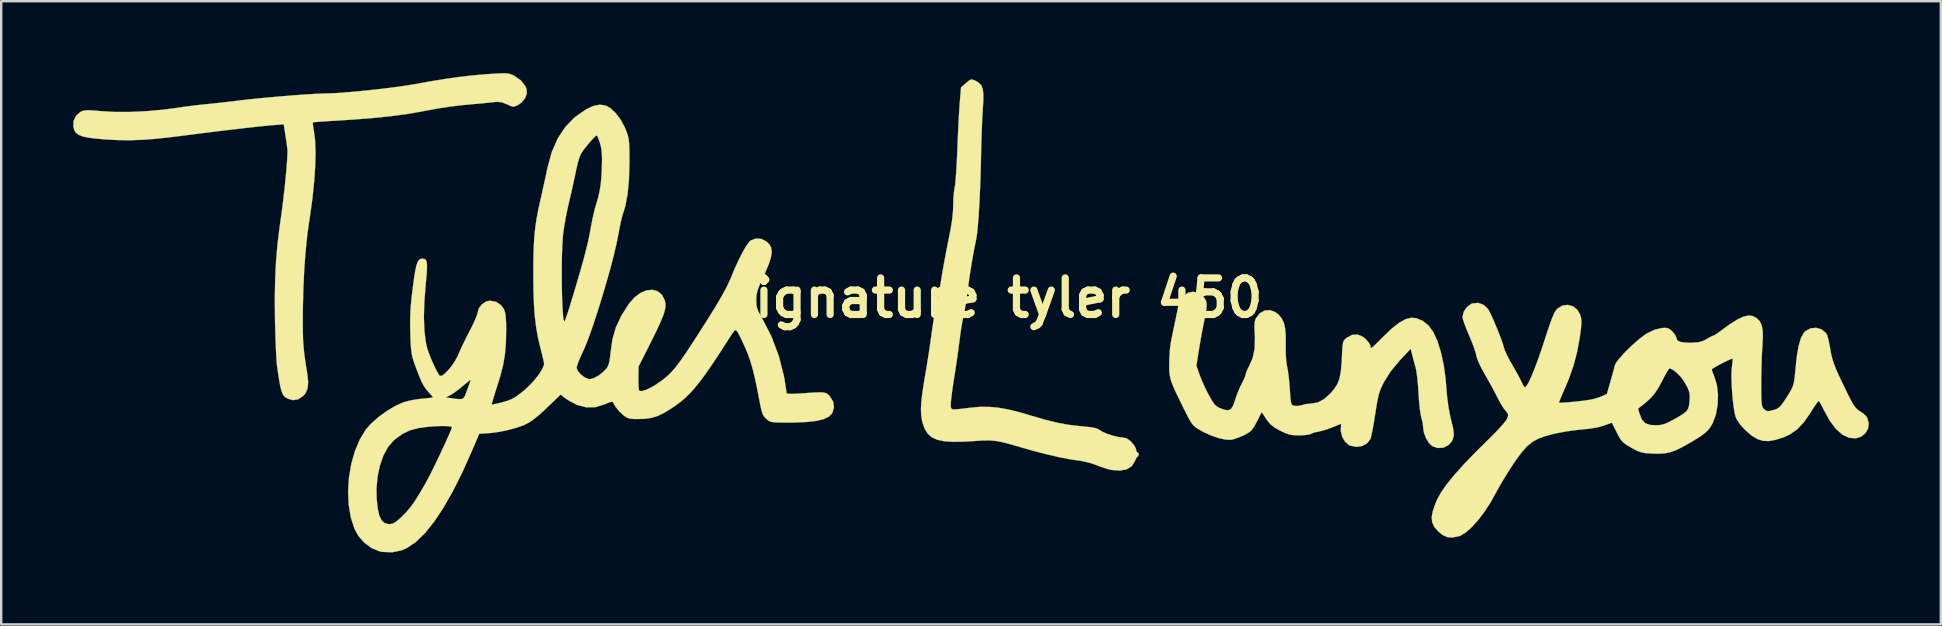
<source format=kicad_pcb>
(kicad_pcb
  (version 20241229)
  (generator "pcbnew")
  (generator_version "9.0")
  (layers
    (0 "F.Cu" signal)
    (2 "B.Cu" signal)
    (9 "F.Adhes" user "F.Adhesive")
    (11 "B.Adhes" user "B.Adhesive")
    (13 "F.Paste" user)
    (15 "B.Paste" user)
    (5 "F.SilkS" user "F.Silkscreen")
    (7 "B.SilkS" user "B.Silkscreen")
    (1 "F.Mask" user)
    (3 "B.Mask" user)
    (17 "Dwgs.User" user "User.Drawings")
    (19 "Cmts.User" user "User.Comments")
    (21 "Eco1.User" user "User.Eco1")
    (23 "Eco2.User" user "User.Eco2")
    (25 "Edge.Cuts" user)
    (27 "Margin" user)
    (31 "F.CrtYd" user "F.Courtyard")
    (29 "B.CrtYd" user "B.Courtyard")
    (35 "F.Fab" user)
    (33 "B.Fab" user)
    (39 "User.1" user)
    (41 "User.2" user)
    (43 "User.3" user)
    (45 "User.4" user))
  (footprint "signature tyler 450"
    (layer "F.Cu")
    (at 38.363 9.365)
    (property "Reference" "signature tyler 450" (at 0 0 0) (layer "F.SilkS") (effects (font (size 1.524 1.524) (thickness 0.3))))
    (attr through_hole)
    (fp_poly (pts (xy -0.854 -9.089) (xy -0.759 -9.046) (xy -0.62 -8.964) (xy -0.523 -8.859) (xy -0.464 -8.712) (xy -0.437 -8.507) (xy -0.438 -8.223) (xy -0.457 -7.902) (xy -0.475 -7.622) (xy -0.492 -7.261) (xy -0.508 -6.848) (xy -0.521 -6.415) (xy -0.531 -5.993) (xy -0.532 -5.955) (xy -0.544 -5.386) (xy -0.562 -4.825) (xy -0.585 -4.287) (xy -0.61 -3.787) (xy -0.639 -3.34) (xy -0.669 -2.96) (xy -0.7 -2.663) (xy -0.732 -2.463) (xy -0.733 -2.455) (xy -0.818 -2.037) (xy -0.907 -1.544) (xy -0.992 -1.016) (xy -1.068 -0.492) (xy -1.099 -0.254) (xy -1.141 0.055) (xy -1.187 0.355) (xy -1.232 0.612) (xy -1.27 0.79) (xy -1.309 0.971) (xy -1.353 1.229) (xy -1.398 1.528) (xy -1.434 1.806) (xy -1.476 2.129) (xy -1.53 2.518) (xy -1.591 2.931) (xy -1.651 3.323) (xy -1.666 3.411) (xy -1.715 3.73) (xy -1.755 4.022) (xy -1.782 4.263) (xy -1.795 4.431) (xy -1.795 4.484) (xy -1.787 4.559) (xy -1.769 4.609) (xy -1.724 4.637) (xy -1.633 4.645) (xy -1.478 4.634) (xy -1.243 4.607) (xy -0.994 4.576) (xy -0.592 4.54) (xy -0.205 4.538) (xy 0.189 4.574) (xy 0.614 4.65) (xy 1.096 4.77) (xy 1.583 4.914) (xy 2.156 5.081) (xy 2.663 5.204) (xy 3.141 5.291) (xy 3.623 5.347) (xy 3.738 5.356) (xy 4.044 5.388) (xy 4.252 5.428) (xy 4.374 5.479) (xy 4.391 5.493) (xy 4.527 5.578) (xy 4.734 5.666) (xy 4.971 5.744) (xy 5.197 5.798) (xy 5.348 5.814) (xy 5.513 5.843) (xy 5.668 5.943) (xy 5.735 6.006) (xy 5.849 6.144) (xy 5.918 6.272) (xy 5.927 6.316) (xy 5.949 6.411) (xy 5.983 6.435) (xy 6.033 6.48) (xy 6.04 6.519) (xy 6.015 6.595) (xy 5.994 6.604) (xy 5.948 6.652) (xy 5.89 6.77) (xy 5.877 6.803) (xy 5.747 7.013) (xy 5.537 7.143) (xy 5.251 7.194) (xy 4.906 7.168) (xy 4.714 7.121) (xy 4.477 7.044) (xy 4.285 6.97) (xy 4.014 6.876) (xy 3.71 6.803) (xy 3.528 6.775) (xy 3.176 6.725) (xy 2.738 6.639) (xy 2.233 6.523) (xy 1.682 6.381) (xy 1.104 6.217) (xy 1.016 6.191) (xy 0.634 6.081) (xy 0.328 6.004) (xy 0.069 5.958) (xy -0.173 5.938) (xy -0.427 5.939) (xy -0.689 5.955) (xy -1.246 5.99) (xy -1.704 5.997) (xy -2.073 5.97) (xy -2.364 5.908) (xy -2.588 5.804) (xy -2.756 5.656) (xy -2.879 5.458) (xy -2.967 5.208) (xy -2.997 5.082) (xy -3.027 4.879) (xy -3.037 4.646) (xy -3.023 4.365) (xy -2.986 4.021) (xy -2.924 3.597) (xy -2.85 3.161) (xy -2.784 2.772) (xy -2.714 2.327) (xy -2.648 1.885) (xy -2.598 1.523) (xy -2.555 1.217) (xy -2.511 0.939) (xy -2.471 0.715) (xy -2.438 0.569) (xy -2.429 0.541) (xy -2.4 0.432) (xy -2.359 0.234) (xy -2.311 -0.03) (xy -2.26 -0.338) (xy -2.227 -0.549) (xy -2.161 -0.958) (xy -2.079 -1.426) (xy -1.991 -1.9) (xy -1.907 -2.327) (xy -1.89 -2.409) (xy -1.795 -2.89) (xy -1.733 -3.287) (xy -1.7 -3.624) (xy -1.692 -3.857) (xy -1.685 -4.119) (xy -1.666 -4.366) (xy -1.641 -4.556) (xy -1.631 -4.6) (xy -1.611 -4.721) (xy -1.59 -4.935) (xy -1.569 -5.223) (xy -1.548 -5.567) (xy -1.53 -5.945) (xy -1.521 -6.152) (xy -1.504 -6.576) (xy -1.485 -7.006) (xy -1.464 -7.415) (xy -1.443 -7.775) (xy -1.424 -8.058) (xy -1.419 -8.128) (xy -1.366 -8.777) (xy -1.157 -8.957) (xy -1.029 -9.063) (xy -0.942 -9.104) (xy -0.854 -9.089)) (stroke (width 0.01) (type solid)) (fill yes) (layer "F.SilkS"))
    (fp_poly (pts (xy -20.312 -9.358) (xy -20.176 -9.337) (xy -20.058 -9.294) (xy -20.003 -9.267) (xy -19.712 -9.069) (xy -19.519 -8.822) (xy -19.476 -8.728) (xy -19.457 -8.531) (xy -19.53 -8.327) (xy -19.678 -8.145) (xy -19.817 -8.048) (xy -19.939 -7.987) (xy -20.03 -7.969) (xy -20.133 -7.998) (xy -20.284 -8.068) (xy -20.494 -8.151) (xy -20.687 -8.172) (xy -20.815 -8.162) (xy -20.985 -8.143) (xy -21.23 -8.118) (xy -21.512 -8.092) (xy -21.703 -8.075) (xy -22.212 -8.027) (xy -22.672 -7.971) (xy -23.129 -7.901) (xy -23.63 -7.81) (xy -23.876 -7.762) (xy -24.461 -7.661) (xy -25.151 -7.571) (xy -25.936 -7.491) (xy -26.809 -7.424) (xy -27.344 -7.391) (xy -27.67 -7.372) (xy -27.954 -7.354) (xy -28.179 -7.337) (xy -28.327 -7.323) (xy -28.378 -7.314) (xy -28.379 -7.252) (xy -28.361 -7.111) (xy -28.33 -6.934) (xy -28.281 -6.546) (xy -28.264 -6.062) (xy -28.278 -5.493) (xy -28.321 -4.852) (xy -28.394 -4.151) (xy -28.496 -3.402) (xy -28.538 -3.133) (xy -28.619 -2.541) (xy -28.686 -1.859) (xy -28.739 -1.109) (xy -28.775 -0.312) (xy -28.793 0.509) (xy -28.793 0.536) (xy -28.796 1.01) (xy -28.794 1.397) (xy -28.784 1.727) (xy -28.765 2.026) (xy -28.735 2.321) (xy -28.692 2.64) (xy -28.634 3.01) (xy -28.608 3.168) (xy -28.572 3.509) (xy -28.596 3.772) (xy -28.684 3.974) (xy -28.773 4.078) (xy -28.985 4.224) (xy -29.203 4.259) (xy -29.389 4.209) (xy -29.488 4.16) (xy -29.566 4.1) (xy -29.628 4.016) (xy -29.68 3.89) (xy -29.727 3.708) (xy -29.775 3.454) (xy -29.828 3.114) (xy -29.867 2.85) (xy -29.884 2.686) (xy -29.901 2.429) (xy -29.917 2.099) (xy -29.932 1.716) (xy -29.945 1.3) (xy -29.954 0.931) (xy -29.962 0.034) (xy -29.947 -0.778) (xy -29.91 -1.53) (xy -29.849 -2.248) (xy -29.761 -2.958) (xy -29.743 -3.086) (xy -29.68 -3.532) (xy -29.621 -3.994) (xy -29.567 -4.455) (xy -29.52 -4.897) (xy -29.482 -5.304) (xy -29.453 -5.659) (xy -29.437 -5.945) (xy -29.433 -6.145) (xy -29.437 -6.209) (xy -29.464 -6.403) (xy -29.499 -6.649) (xy -29.529 -6.849) (xy -29.589 -7.236) (xy -30.049 -7.2) (xy -30.282 -7.179) (xy -30.608 -7.145) (xy -31.009 -7.102) (xy -31.466 -7.049) (xy -31.96 -6.991) (xy -32.473 -6.929) (xy -32.986 -6.865) (xy -33.48 -6.802) (xy -33.726 -6.77) (xy -34.395 -6.687) (xy -34.977 -6.627) (xy -35.495 -6.589) (xy -35.972 -6.572) (xy -36.43 -6.575) (xy -36.893 -6.597) (xy -36.995 -6.604) (xy -37.416 -6.639) (xy -37.739 -6.68) (xy -37.977 -6.732) (xy -38.145 -6.8) (xy -38.255 -6.891) (xy -38.323 -7.01) (xy -38.358 -7.141) (xy -38.348 -7.371) (xy -38.246 -7.585) (xy -38.071 -7.746) (xy -38.044 -7.761) (xy -37.956 -7.798) (xy -37.851 -7.817) (xy -37.705 -7.821) (xy -37.494 -7.809) (xy -37.212 -7.784) (xy -36.636 -7.75) (xy -35.988 -7.75) (xy -35.303 -7.782) (xy -34.618 -7.844) (xy -34.147 -7.906) (xy -33.805 -7.956) (xy -33.443 -8.003) (xy -33.106 -8.044) (xy -32.851 -8.07) (xy -32.601 -8.095) (xy -32.274 -8.13) (xy -31.907 -8.171) (xy -31.535 -8.215) (xy -31.383 -8.234) (xy -31.017 -8.276) (xy -30.591 -8.32) (xy -30.128 -8.363) (xy -29.649 -8.405) (xy -29.175 -8.443) (xy -28.728 -8.475) (xy -28.327 -8.5) (xy -27.996 -8.517) (xy -27.754 -8.523) (xy -27.744 -8.523) (xy -27.492 -8.531) (xy -27.152 -8.553) (xy -26.745 -8.586) (xy -26.296 -8.629) (xy -25.827 -8.678) (xy -25.361 -8.731) (xy -24.921 -8.787) (xy -24.53 -8.842) (xy -24.211 -8.894) (xy -24.186 -8.899) (xy -23.48 -9.025) (xy -22.857 -9.127) (xy -22.292 -9.207) (xy -21.76 -9.269) (xy -21.233 -9.316) (xy -20.765 -9.348) (xy -20.498 -9.36) (xy -20.312 -9.358)) (stroke (width 0.01) (type solid)) (fill yes) (layer "F.SilkS"))
    (fp_poly (pts (xy 8.535 -0.204) (xy 8.667 -0.112) (xy 8.771 -0.004) (xy 8.837 0.103) (xy 8.867 0.233) (xy 8.863 0.406) (xy 8.827 0.647) (xy 8.77 0.936) (xy 8.702 1.28) (xy 8.631 1.662) (xy 8.568 2.026) (xy 8.536 2.219) (xy 8.442 2.829) (xy 8.575 3.207) (xy 8.667 3.44) (xy 8.792 3.718) (xy 8.927 3.99) (xy 8.956 4.044) (xy 9.084 4.272) (xy 9.185 4.421) (xy 9.279 4.515) (xy 9.388 4.578) (xy 9.429 4.595) (xy 9.634 4.666) (xy 9.781 4.679) (xy 9.889 4.623) (xy 9.975 4.483) (xy 10.059 4.249) (xy 10.085 4.161) (xy 10.164 3.94) (xy 10.27 3.694) (xy 10.335 3.565) (xy 10.422 3.388) (xy 10.482 3.242) (xy 10.499 3.172) (xy 10.526 3.074) (xy 10.594 2.926) (xy 10.632 2.855) (xy 10.787 2.504) (xy 10.869 2.103) (xy 10.881 1.633) (xy 10.874 1.511) (xy 10.86 1.237) (xy 10.866 1.046) (xy 10.894 0.911) (xy 10.922 0.847) (xy 11.083 0.638) (xy 11.288 0.524) (xy 11.516 0.509) (xy 11.743 0.596) (xy 11.871 0.699) (xy 11.998 0.855) (xy 12.086 1.039) (xy 12.14 1.274) (xy 12.164 1.578) (xy 12.163 1.973) (xy 12.163 1.976) (xy 12.164 2.299) (xy 12.181 2.591) (xy 12.212 2.816) (xy 12.22 2.852) (xy 12.253 3.026) (xy 12.287 3.276) (xy 12.316 3.566) (xy 12.334 3.798) (xy 12.352 4.08) (xy 12.37 4.269) (xy 12.391 4.386) (xy 12.422 4.45) (xy 12.468 4.481) (xy 12.518 4.496) (xy 12.673 4.502) (xy 12.84 4.467) (xy 13.025 4.422) (xy 13.225 4.403) (xy 13.229 4.403) (xy 13.503 4.356) (xy 13.77 4.211) (xy 14.02 3.986) (xy 14.191 3.785) (xy 14.316 3.586) (xy 14.402 3.363) (xy 14.457 3.092) (xy 14.491 2.746) (xy 14.503 2.52) (xy 14.517 2.223) (xy 14.531 2.016) (xy 14.55 1.88) (xy 14.579 1.791) (xy 14.624 1.729) (xy 14.689 1.672) (xy 14.704 1.66) (xy 14.932 1.538) (xy 15.166 1.527) (xy 15.393 1.626) (xy 15.5 1.716) (xy 15.613 1.847) (xy 15.682 1.961) (xy 15.692 1.998) (xy 15.711 2.077) (xy 15.729 2.088) (xy 15.781 2.05) (xy 15.894 1.947) (xy 16.053 1.793) (xy 16.241 1.604) (xy 16.251 1.594) (xy 16.597 1.264) (xy 16.897 1.03) (xy 17.161 0.885) (xy 17.397 0.826) (xy 17.602 0.844) (xy 17.88 0.959) (xy 18.114 1.149) (xy 18.313 1.422) (xy 18.482 1.787) (xy 18.629 2.256) (xy 18.631 2.264) (xy 18.753 2.825) (xy 18.831 3.421) (xy 18.851 3.672) (xy 18.892 4.153) (xy 18.95 4.579) (xy 19.034 5.005) (xy 19.141 5.437) (xy 19.172 5.719) (xy 19.102 5.953) (xy 18.957 6.123) (xy 18.736 6.241) (xy 18.491 6.253) (xy 18.279 6.18) (xy 18.141 6.055) (xy 18.017 5.858) (xy 17.928 5.629) (xy 17.893 5.41) (xy 17.893 5.408) (xy 17.873 5.216) (xy 17.824 5.012) (xy 17.816 4.988) (xy 17.784 4.851) (xy 17.753 4.629) (xy 17.724 4.351) (xy 17.702 4.045) (xy 17.699 3.979) (xy 17.678 3.664) (xy 17.65 3.363) (xy 17.617 3.107) (xy 17.584 2.928) (xy 17.578 2.907) (xy 17.515 2.679) (xy 17.453 2.443) (xy 17.435 2.371) (xy 17.372 2.117) (xy 16.923 2.596) (xy 16.536 3.059) (xy 16.257 3.505) (xy 16.248 3.521) (xy 16.158 3.707) (xy 16.088 3.877) (xy 16.033 4.057) (xy 15.985 4.274) (xy 15.936 4.555) (xy 15.891 4.847) (xy 15.841 5.163) (xy 15.79 5.45) (xy 15.742 5.685) (xy 15.703 5.844) (xy 15.687 5.889) (xy 15.548 6.064) (xy 15.344 6.173) (xy 15.104 6.206) (xy 14.857 6.156) (xy 14.793 6.127) (xy 14.634 5.989) (xy 14.516 5.783) (xy 14.46 5.552) (xy 14.461 5.441) (xy 14.471 5.313) (xy 14.467 5.251) (xy 14.465 5.249) (xy 14.407 5.269) (xy 14.276 5.322) (xy 14.115 5.389) (xy 13.891 5.472) (xy 13.666 5.539) (xy 13.538 5.566) (xy 13.369 5.602) (xy 13.242 5.648) (xy 13.218 5.663) (xy 13.127 5.693) (xy 12.958 5.715) (xy 12.747 5.726) (xy 12.733 5.726) (xy 12.5 5.721) (xy 12.319 5.693) (xy 12.139 5.63) (xy 11.933 5.532) (xy 11.697 5.399) (xy 11.529 5.267) (xy 11.393 5.104) (xy 11.353 5.046) (xy 11.164 4.757) (xy 10.958 5.157) (xy 10.845 5.366) (xy 10.747 5.504) (xy 10.636 5.602) (xy 10.48 5.691) (xy 10.424 5.719) (xy 10.212 5.812) (xy 10.004 5.883) (xy 9.88 5.911) (xy 9.662 5.904) (xy 9.382 5.843) (xy 9.071 5.738) (xy 8.757 5.598) (xy 8.576 5.499) (xy 8.447 5.418) (xy 8.347 5.339) (xy 8.261 5.243) (xy 8.173 5.107) (xy 8.068 4.913) (xy 7.931 4.638) (xy 7.92 4.617) (xy 7.73 4.231) (xy 7.584 3.928) (xy 7.477 3.691) (xy 7.402 3.501) (xy 7.354 3.34) (xy 7.326 3.192) (xy 7.313 3.037) (xy 7.31 2.857) (xy 7.31 2.742) (xy 7.318 2.447) (xy 7.339 2.147) (xy 7.37 1.889) (xy 7.385 1.806) (xy 7.432 1.578) (xy 7.492 1.29) (xy 7.553 0.995) (xy 7.572 0.903) (xy 7.624 0.656) (xy 7.669 0.44) (xy 7.7 0.285) (xy 7.71 0.239) (xy 7.763 0.117) (xy 7.864 -0.03) (xy 7.898 -0.07) (xy 8.093 -0.215) (xy 8.315 -0.26) (xy 8.535 -0.204)) (stroke (width 0.01) (type solid)) (fill yes) (layer "F.SilkS"))
    (fp_poly (pts (xy 20.402 0.283) (xy 20.582 0.446) (xy 20.614 0.496) (xy 20.697 0.654) (xy 20.801 0.88) (xy 20.915 1.145) (xy 21.028 1.421) (xy 21.129 1.681) (xy 21.205 1.895) (xy 21.245 2.037) (xy 21.245 2.041) (xy 21.29 2.176) (xy 21.38 2.375) (xy 21.5 2.609) (xy 21.594 2.774) (xy 21.734 3.016) (xy 21.861 3.245) (xy 21.957 3.43) (xy 21.997 3.514) (xy 22.064 3.646) (xy 22.121 3.72) (xy 22.134 3.725) (xy 22.196 3.673) (xy 22.285 3.523) (xy 22.396 3.285) (xy 22.525 2.97) (xy 22.668 2.59) (xy 22.821 2.154) (xy 22.943 1.781) (xy 23.075 1.377) (xy 23.181 1.066) (xy 23.267 0.834) (xy 23.339 0.667) (xy 23.403 0.55) (xy 23.465 0.468) (xy 23.492 0.441) (xy 23.697 0.316) (xy 23.92 0.289) (xy 24.134 0.35) (xy 24.316 0.492) (xy 24.439 0.708) (xy 24.447 0.734) (xy 24.476 0.858) (xy 24.486 0.998) (xy 24.477 1.18) (xy 24.447 1.431) (xy 24.42 1.626) (xy 24.309 2.239) (xy 24.162 2.804) (xy 23.962 3.371) (xy 23.79 3.778) (xy 23.689 4.011) (xy 23.609 4.201) (xy 23.56 4.329) (xy 23.549 4.373) (xy 23.608 4.372) (xy 23.758 4.363) (xy 23.976 4.345) (xy 24.241 4.321) (xy 24.271 4.318) (xy 24.7 4.267) (xy 25.027 4.204) (xy 25.261 4.127) (xy 25.546 4.004) (xy 25.696 3.483) (xy 25.765 3.237) (xy 25.826 3.016) (xy 25.868 2.852) (xy 25.879 2.805) (xy 25.938 2.689) (xy 26.067 2.521) (xy 26.248 2.319) (xy 26.464 2.101) (xy 26.695 1.886) (xy 26.923 1.691) (xy 27.131 1.534) (xy 27.226 1.473) (xy 27.543 1.322) (xy 27.827 1.255) (xy 28.005 1.246) (xy 28.122 1.274) (xy 28.231 1.355) (xy 28.276 1.4) (xy 28.384 1.532) (xy 28.444 1.653) (xy 28.448 1.683) (xy 28.488 1.775) (xy 28.613 1.834) (xy 28.833 1.864) (xy 29.116 1.867) (xy 29.37 1.846) (xy 29.563 1.789) (xy 29.693 1.72) (xy 29.836 1.636) (xy 29.942 1.586) (xy 29.967 1.58) (xy 30.037 1.548) (xy 30.165 1.465) (xy 30.292 1.373) (xy 30.666 1.1) (xy 30.974 0.905) (xy 31.227 0.785) (xy 31.437 0.735) (xy 31.615 0.752) (xy 31.773 0.831) (xy 31.795 0.848) (xy 31.916 0.972) (xy 31.996 1.132) (xy 32.038 1.348) (xy 32.047 1.637) (xy 32.027 2) (xy 32.01 2.285) (xy 31.995 2.643) (xy 31.984 3.037) (xy 31.978 3.427) (xy 31.978 3.569) (xy 31.979 3.919) (xy 31.983 4.174) (xy 31.992 4.352) (xy 32.008 4.471) (xy 32.033 4.549) (xy 32.069 4.604) (xy 32.094 4.63) (xy 32.174 4.698) (xy 32.258 4.719) (xy 32.388 4.698) (xy 32.474 4.676) (xy 32.607 4.633) (xy 32.71 4.574) (xy 32.807 4.478) (xy 32.921 4.32) (xy 33.013 4.179) (xy 33.146 3.973) (xy 33.238 3.813) (xy 33.301 3.671) (xy 33.342 3.518) (xy 33.371 3.325) (xy 33.397 3.063) (xy 33.411 2.902) (xy 33.467 2.397) (xy 33.538 1.997) (xy 33.626 1.694) (xy 33.733 1.482) (xy 33.822 1.382) (xy 34.033 1.268) (xy 34.264 1.244) (xy 34.484 1.306) (xy 34.662 1.447) (xy 34.716 1.529) (xy 34.752 1.634) (xy 34.796 1.818) (xy 34.841 2.047) (xy 34.856 2.138) (xy 34.893 2.341) (xy 34.94 2.534) (xy 35.004 2.734) (xy 35.092 2.96) (xy 35.211 3.23) (xy 35.368 3.563) (xy 35.57 3.976) (xy 35.585 4.008) (xy 35.723 4.277) (xy 35.831 4.464) (xy 35.926 4.59) (xy 36.022 4.676) (xy 36.096 4.723) (xy 36.249 4.83) (xy 36.366 4.946) (xy 36.386 4.977) (xy 36.458 5.208) (xy 36.432 5.437) (xy 36.321 5.636) (xy 36.139 5.783) (xy 35.927 5.849) (xy 35.643 5.829) (xy 35.364 5.698) (xy 35.094 5.46) (xy 34.835 5.117) (xy 34.59 4.672) (xy 34.59 4.672) (xy 34.498 4.488) (xy 34.421 4.353) (xy 34.375 4.291) (xy 34.371 4.29) (xy 34.327 4.335) (xy 34.24 4.456) (xy 34.124 4.633) (xy 34.041 4.767) (xy 33.766 5.166) (xy 33.486 5.466) (xy 33.185 5.682) (xy 32.917 5.806) (xy 32.565 5.917) (xy 32.281 5.965) (xy 32.041 5.952) (xy 31.829 5.884) (xy 31.585 5.738) (xy 31.335 5.528) (xy 31.113 5.289) (xy 30.954 5.054) (xy 30.929 5.004) (xy 30.881 4.841) (xy 30.837 4.592) (xy 30.798 4.285) (xy 30.767 3.946) (xy 30.747 3.603) (xy 30.738 3.282) (xy 30.744 3.012) (xy 30.76 2.85) (xy 30.782 2.681) (xy 30.788 2.561) (xy 30.783 2.529) (xy 30.73 2.541) (xy 30.607 2.594) (xy 30.442 2.675) (xy 30.261 2.768) (xy 30.094 2.86) (xy 29.967 2.936) (xy 29.92 2.971) (xy 29.928 3.029) (xy 29.973 3.157) (xy 30.016 3.26) (xy 30.129 3.619) (xy 30.177 4.026) (xy 30.163 4.448) (xy 30.09 4.854) (xy 29.959 5.213) (xy 29.847 5.403) (xy 29.738 5.533) (xy 29.594 5.661) (xy 29.395 5.802) (xy 29.122 5.969) (xy 28.992 6.045) (xy 28.665 6.227) (xy 28.401 6.354) (xy 28.171 6.435) (xy 27.943 6.478) (xy 27.688 6.491) (xy 27.39 6.483) (xy 27.147 6.466) (xy 26.963 6.43) (xy 26.788 6.362) (xy 26.573 6.247) (xy 26.556 6.237) (xy 26.35 6.113) (xy 26.212 6.005) (xy 26.108 5.878) (xy 26.005 5.697) (xy 25.964 5.616) (xy 25.871 5.428) (xy 25.799 5.284) (xy 25.762 5.21) (xy 25.76 5.205) (xy 25.709 5.215) (xy 25.583 5.259) (xy 25.45 5.31) (xy 25.16 5.394) (xy 24.771 5.455) (xy 24.525 5.479) (xy 24.184 5.515) (xy 23.801 5.572) (xy 23.441 5.64) (xy 23.312 5.669) (xy 22.96 5.764) (xy 22.675 5.871) (xy 22.435 6.004) (xy 22.22 6.181) (xy 22.007 6.418) (xy 21.776 6.73) (xy 21.63 6.945) (xy 21.439 7.24) (xy 21.249 7.546) (xy 21.08 7.832) (xy 20.951 8.065) (xy 20.933 8.1) (xy 20.7 8.52) (xy 20.445 8.911) (xy 20.18 9.26) (xy 19.918 9.551) (xy 19.67 9.771) (xy 19.449 9.906) (xy 19.383 9.929) (xy 19.119 9.982) (xy 18.911 9.971) (xy 18.722 9.89) (xy 18.679 9.862) (xy 18.516 9.725) (xy 18.37 9.559) (xy 18.355 9.538) (xy 18.268 9.355) (xy 18.246 9.142) (xy 18.292 8.884) (xy 18.405 8.562) (xy 18.481 8.388) (xy 18.643 8.094) (xy 18.884 7.751) (xy 19.208 7.354) (xy 19.617 6.901) (xy 20.113 6.389) (xy 20.564 5.945) (xy 20.813 5.698) (xy 21.035 5.466) (xy 21.215 5.267) (xy 21.339 5.114) (xy 21.389 5.035) (xy 21.432 4.904) (xy 21.417 4.813) (xy 21.33 4.705) (xy 21.322 4.696) (xy 21.259 4.614) (xy 26.845 4.614) (xy 26.915 4.847) (xy 27.011 5.078) (xy 27.145 5.22) (xy 27.342 5.29) (xy 27.563 5.306) (xy 27.754 5.297) (xy 27.918 5.263) (xy 28.097 5.19) (xy 28.31 5.078) (xy 28.573 4.93) (xy 28.754 4.815) (xy 28.869 4.714) (xy 28.935 4.608) (xy 28.97 4.478) (xy 28.99 4.318) (xy 29.002 4.112) (xy 28.986 3.945) (xy 28.93 3.781) (xy 28.825 3.583) (xy 28.74 3.443) (xy 28.615 3.277) (xy 28.461 3.121) (xy 28.307 3) (xy 28.182 2.938) (xy 28.158 2.935) (xy 28.114 2.982) (xy 28.034 3.11) (xy 27.932 3.295) (xy 27.861 3.432) (xy 27.692 3.747) (xy 27.531 3.989) (xy 27.352 4.193) (xy 27.127 4.391) (xy 27.068 4.438) (xy 26.845 4.614) (xy 21.259 4.614) (xy 21.226 4.569) (xy 21.109 4.379) (xy 20.995 4.164) (xy 20.987 4.149) (xy 20.875 3.928) (xy 20.727 3.653) (xy 20.566 3.364) (xy 20.466 3.192) (xy 20.313 2.914) (xy 20.194 2.664) (xy 20.122 2.47) (xy 20.106 2.402) (xy 20.071 2.258) (xy 19.999 2.043) (xy 19.901 1.787) (xy 19.803 1.555) (xy 19.695 1.299) (xy 19.608 1.069) (xy 19.549 0.89) (xy 19.53 0.793) (xy 19.581 0.578) (xy 19.714 0.382) (xy 19.899 0.247) (xy 19.947 0.228) (xy 20.18 0.206) (xy 20.402 0.283)) (stroke (width 0.01) (type solid)) (fill yes) (layer "F.SilkS"))
    (fp_poly (pts (xy -16.173 -8.016) (xy -15.967 -7.9) (xy -15.753 -7.697) (xy -15.553 -7.431) (xy -15.386 -7.126) (xy -15.339 -7.015) (xy -15.282 -6.865) (xy -15.241 -6.733) (xy -15.214 -6.597) (xy -15.197 -6.435) (xy -15.188 -6.223) (xy -15.185 -5.939) (xy -15.184 -5.637) (xy -15.204 -4.931) (xy -15.261 -4.327) (xy -15.357 -3.82) (xy -15.466 -3.471) (xy -15.5 -3.353) (xy -15.547 -3.151) (xy -15.601 -2.89) (xy -15.656 -2.597) (xy -15.666 -2.54) (xy -15.737 -2.196) (xy -15.836 -1.778) (xy -15.959 -1.305) (xy -16.101 -0.795) (xy -16.255 -0.267) (xy -16.415 0.26) (xy -16.577 0.767) (xy -16.733 1.236) (xy -16.88 1.648) (xy -17.011 1.985) (xy -17.102 2.192) (xy -17.216 2.437) (xy -17.307 2.656) (xy -17.367 2.824) (xy -17.385 2.906) (xy -17.338 3.039) (xy -17.218 3.181) (xy -17.061 3.303) (xy -16.9 3.376) (xy -16.833 3.385) (xy -16.67 3.343) (xy -16.474 3.236) (xy -16.28 3.088) (xy -16.125 2.923) (xy -16.125 2.923) (xy -16.057 2.794) (xy -16.009 2.604) (xy -15.975 2.33) (xy -15.97 2.274) (xy -15.894 1.732) (xy -15.753 1.239) (xy -15.533 0.762) (xy -15.224 0.271) (xy -15.206 0.245) (xy -14.975 -0.021) (xy -14.725 -0.208) (xy -14.471 -0.315) (xy -14.228 -0.339) (xy -14.01 -0.28) (xy -13.833 -0.135) (xy -13.714 0.09) (xy -13.685 0.217) (xy -13.682 0.357) (xy -13.711 0.524) (xy -13.777 0.731) (xy -13.883 0.991) (xy -14.034 1.319) (xy -14.235 1.728) (xy -14.29 1.84) (xy -14.804 2.861) (xy -14.81 3.345) (xy -14.809 3.568) (xy -14.801 3.747) (xy -14.786 3.851) (xy -14.78 3.865) (xy -14.687 3.884) (xy -14.525 3.842) (xy -14.314 3.747) (xy -14.074 3.607) (xy -13.844 3.447) (xy -13.698 3.334) (xy -13.564 3.218) (xy -13.434 3.088) (xy -13.299 2.936) (xy -13.152 2.749) (xy -12.985 2.519) (xy -12.79 2.233) (xy -12.559 1.882) (xy -12.284 1.456) (xy -11.974 0.97) (xy -11.621 0.404) (xy -11.339 -0.074) (xy -11.127 -0.466) (xy -10.984 -0.772) (xy -10.969 -0.808) (xy -10.807 -1.199) (xy -10.642 -1.561) (xy -10.482 -1.878) (xy -10.337 -2.134) (xy -10.213 -2.313) (xy -10.134 -2.392) (xy -9.912 -2.476) (xy -9.68 -2.458) (xy -9.463 -2.344) (xy -9.357 -2.237) (xy -9.278 -2.094) (xy -9.254 -1.916) (xy -9.287 -1.689) (xy -9.38 -1.401) (xy -9.534 -1.037) (xy -9.577 -0.943) (xy -9.713 -0.648) (xy -9.805 -0.426) (xy -9.861 -0.254) (xy -9.89 -0.103) (xy -9.9 0.052) (xy -9.901 0.081) (xy -9.895 0.267) (xy -9.868 0.419) (xy -9.805 0.576) (xy -9.694 0.779) (xy -9.664 0.83) (xy -9.27 1.599) (xy -8.961 2.415) (xy -8.749 3.248) (xy -8.714 3.443) (xy -8.679 3.666) (xy -8.652 3.847) (xy -8.637 3.956) (xy -8.636 3.973) (xy -8.583 3.99) (xy -8.439 3.997) (xy -8.225 3.991) (xy -8.057 3.981) (xy -7.689 3.955) (xy -7.416 3.939) (xy -7.221 3.934) (xy -7.085 3.943) (xy -6.991 3.968) (xy -6.922 4.009) (xy -6.859 4.07) (xy -6.824 4.109) (xy -6.693 4.327) (xy -6.661 4.564) (xy -6.729 4.791) (xy -6.748 4.822) (xy -6.88 4.951) (xy -7.093 5.051) (xy -7.393 5.123) (xy -7.788 5.169) (xy -8.284 5.191) (xy -8.525 5.193) (xy -8.837 5.192) (xy -9.058 5.188) (xy -9.209 5.176) (xy -9.311 5.154) (xy -9.385 5.118) (xy -9.453 5.064) (xy -9.483 5.038) (xy -9.562 4.956) (xy -9.621 4.861) (xy -9.67 4.727) (xy -9.718 4.53) (xy -9.77 4.262) (xy -9.872 3.732) (xy -9.966 3.294) (xy -10.058 2.927) (xy -10.152 2.61) (xy -10.255 2.322) (xy -10.354 2.083) (xy -10.464 1.843) (xy -10.566 1.629) (xy -10.648 1.471) (xy -10.683 1.413) (xy -10.729 1.354) (xy -10.769 1.338) (xy -10.821 1.378) (xy -10.901 1.485) (xy -11.023 1.674) (xy -11.04 1.7) (xy -11.401 2.262) (xy -11.715 2.736) (xy -11.99 3.135) (xy -12.234 3.467) (xy -12.457 3.744) (xy -12.666 3.977) (xy -12.871 4.176) (xy -13.08 4.351) (xy -13.303 4.514) (xy -13.414 4.589) (xy -13.737 4.788) (xy -14.013 4.921) (xy -14.279 5.001) (xy -14.568 5.038) (xy -14.764 5.045) (xy -14.999 5.045) (xy -15.156 5.031) (xy -15.271 4.995) (xy -15.38 4.928) (xy -15.432 4.89) (xy -15.608 4.727) (xy -15.765 4.532) (xy -15.868 4.35) (xy -15.876 4.329) (xy -15.93 4.326) (xy -16.057 4.366) (xy -16.201 4.427) (xy -16.587 4.549) (xy -16.979 4.559) (xy -17.373 4.456) (xy -17.769 4.242) (xy -17.875 4.165) (xy -18.056 4.029) (xy -18.469 4.427) (xy -18.766 4.71) (xy -19.005 4.924) (xy -19.207 5.084) (xy -19.391 5.204) (xy -19.579 5.296) (xy -19.79 5.375) (xy -19.969 5.432) (xy -20.296 5.517) (xy -20.64 5.586) (xy -20.945 5.626) (xy -20.98 5.629) (xy -21.442 5.66) (xy -21.734 6.344) (xy -22.141 7.253) (xy -22.542 8.054) (xy -22.937 8.746) (xy -23.325 9.329) (xy -23.706 9.802) (xy -24.079 10.164) (xy -24.444 10.415) (xy -24.682 10.52) (xy -25.069 10.598) (xy -25.471 10.584) (xy -25.598 10.559) (xy -25.926 10.425) (xy -26.229 10.202) (xy -26.482 9.912) (xy -26.637 9.633) (xy -26.794 9.149) (xy -26.883 8.614) (xy -26.907 8.05) (xy -26.902 7.972) (xy -25.726 7.972) (xy -25.718 8.355) (xy -25.677 8.755) (xy -25.612 9.052) (xy -25.518 9.257) (xy -25.392 9.378) (xy -25.228 9.425) (xy -25.19 9.426) (xy -25.068 9.41) (xy -24.944 9.348) (xy -24.789 9.227) (xy -24.684 9.13) (xy -24.489 8.933) (xy -24.308 8.718) (xy -24.126 8.465) (xy -23.93 8.155) (xy -23.707 7.769) (xy -23.608 7.592) (xy -23.513 7.411) (xy -23.393 7.173) (xy -23.258 6.895) (xy -23.114 6.595) (xy -22.972 6.293) (xy -22.84 6.007) (xy -22.726 5.754) (xy -22.639 5.554) (xy -22.588 5.425) (xy -22.578 5.388) (xy -22.631 5.358) (xy -22.777 5.341) (xy -22.996 5.337) (xy -23.27 5.346) (xy -23.543 5.365) (xy -23.972 5.422) (xy -24.323 5.515) (xy -24.629 5.659) (xy -24.921 5.866) (xy -25.019 5.95) (xy -25.248 6.217) (xy -25.439 6.573) (xy -25.586 6.998) (xy -25.684 7.47) (xy -25.726 7.972) (xy -26.902 7.972) (xy -26.87 7.476) (xy -26.774 6.912) (xy -26.622 6.378) (xy -26.418 5.895) (xy -26.165 5.481) (xy -25.964 5.249) (xy -25.631 4.956) (xy -25.26 4.689) (xy -24.885 4.472) (xy -24.596 4.347) (xy -24.381 4.287) (xy -24.11 4.235) (xy -23.839 4.2) (xy -23.826 4.199) (xy -23.615 4.179) (xy -23.455 4.161) (xy -23.374 4.147) (xy -22.832 4.147) (xy -22.578 4.182) (xy -22.346 4.212) (xy -22.198 4.217) (xy -22.107 4.182) (xy -22.043 4.091) (xy -21.98 3.93) (xy -21.953 3.855) (xy -21.882 3.659) (xy -21.825 3.504) (xy -21.794 3.422) (xy -21.793 3.42) (xy -21.821 3.427) (xy -21.915 3.495) (xy -22.057 3.611) (xy -22.104 3.651) (xy -22.295 3.807) (xy -22.482 3.946) (xy -22.628 4.039) (xy -22.634 4.042) (xy -22.832 4.147) (xy -23.374 4.147) (xy -23.373 4.147) (xy -23.368 4.144) (xy -23.403 4.097) (xy -23.49 3.996) (xy -23.541 3.94) (xy -23.652 3.812) (xy -23.745 3.679) (xy -23.833 3.518) (xy -23.926 3.305) (xy -24.038 3.016) (xy -24.087 2.886) (xy -24.164 2.671) (xy -24.22 2.493) (xy -24.258 2.325) (xy -24.282 2.138) (xy -24.299 1.904) (xy -24.311 1.596) (xy -24.315 1.468) (xy -24.323 1.072) (xy -24.318 0.719) (xy -24.298 0.369) (xy -24.261 -0.016) (xy -24.212 -0.423) (xy -24.158 -0.829) (xy -24.108 -1.136) (xy -24.06 -1.356) (xy -24.008 -1.503) (xy -23.948 -1.59) (xy -23.877 -1.63) (xy -23.818 -1.637) (xy -23.733 -1.627) (xy -23.673 -1.59) (xy -23.635 -1.509) (xy -23.619 -1.373) (xy -23.623 -1.166) (xy -23.644 -0.875) (xy -23.68 -0.495) (xy -23.732 0.182) (xy -23.749 0.803) (xy -23.729 1.355) (xy -23.674 1.822) (xy -23.63 2.032) (xy -23.572 2.22) (xy -23.487 2.446) (xy -23.386 2.686) (xy -23.281 2.913) (xy -23.184 3.1) (xy -23.108 3.221) (xy -23.08 3.249) (xy -22.997 3.239) (xy -22.875 3.151) (xy -22.731 3.005) (xy -22.582 2.821) (xy -22.446 2.618) (xy -22.339 2.417) (xy -22.322 2.375) (xy -22.234 2.173) (xy -22.11 1.909) (xy -21.967 1.619) (xy -21.84 1.373) (xy -21.711 1.119) (xy -21.606 0.889) (xy -21.534 0.706) (xy -21.505 0.596) (xy -21.505 0.593) (xy -21.456 0.424) (xy -21.329 0.266) (xy -21.16 0.152) (xy -20.999 0.113) (xy -20.739 0.163) (xy -20.528 0.306) (xy -20.412 0.472) (xy -20.368 0.599) (xy -20.34 0.774) (xy -20.324 1.019) (xy -20.32 1.345) (xy -20.332 1.877) (xy -20.371 2.341) (xy -20.445 2.782) (xy -20.561 3.242) (xy -20.692 3.664) (xy -20.78 3.937) (xy -20.851 4.169) (xy -20.901 4.34) (xy -20.923 4.431) (xy -20.922 4.44) (xy -20.863 4.435) (xy -20.722 4.407) (xy -20.527 4.36) (xy -20.467 4.344) (xy -20.245 4.279) (xy -20.066 4.205) (xy -19.894 4.102) (xy -19.693 3.95) (xy -19.581 3.859) (xy -19.35 3.647) (xy -19.134 3.413) (xy -18.951 3.179) (xy -18.816 2.965) (xy -18.746 2.794) (xy -18.74 2.743) (xy -18.753 2.662) (xy -18.79 2.496) (xy -18.845 2.271) (xy -18.907 2.026) (xy -19 1.629) (xy -19.072 1.221) (xy -19.125 0.783) (xy -19.161 0.294) (xy -19.182 -0.265) (xy -19.19 -0.913) (xy -19.19 -0.966) (xy -18.005 -0.966) (xy -18.002 -0.568) (xy -17.996 -0.185) (xy -17.985 0.167) (xy -17.97 0.474) (xy -17.952 0.721) (xy -17.93 0.893) (xy -17.906 0.975) (xy -17.89 0.976) (xy -17.858 0.907) (xy -17.802 0.753) (xy -17.729 0.537) (xy -17.649 0.282) (xy -17.44 -0.408) (xy -17.265 -1.003) (xy -17.121 -1.512) (xy -17.005 -1.948) (xy -16.914 -2.319) (xy -16.846 -2.638) (xy -16.813 -2.822) (xy -16.758 -3.122) (xy -16.696 -3.419) (xy -16.636 -3.674) (xy -16.598 -3.81) (xy -16.494 -4.162) (xy -16.423 -4.465) (xy -16.377 -4.761) (xy -16.348 -5.093) (xy -16.334 -5.419) (xy -16.326 -5.753) (xy -16.332 -6.005) (xy -16.352 -6.204) (xy -16.39 -6.379) (xy -16.41 -6.449) (xy -16.468 -6.62) (xy -16.519 -6.738) (xy -16.547 -6.773) (xy -16.61 -6.732) (xy -16.719 -6.623) (xy -16.853 -6.472) (xy -16.992 -6.303) (xy -17.116 -6.14) (xy -17.203 -6.007) (xy -17.214 -5.986) (xy -17.274 -5.832) (xy -17.34 -5.611) (xy -17.397 -5.367) (xy -17.404 -5.334) (xy -17.45 -5.11) (xy -17.515 -4.811) (xy -17.59 -4.473) (xy -17.67 -4.13) (xy -17.69 -4.045) (xy -17.767 -3.697) (xy -17.84 -3.336) (xy -17.9 -2.999) (xy -17.941 -2.726) (xy -17.947 -2.678) (xy -17.969 -2.422) (xy -17.985 -2.109) (xy -17.997 -1.752) (xy -18.003 -1.366) (xy -18.005 -0.966) (xy -19.19 -0.966) (xy -19.19 -1.044) (xy -19.186 -1.622) (xy -19.172 -2.112) (xy -19.147 -2.539) (xy -19.108 -2.929) (xy -19.052 -3.307) (xy -18.978 -3.697) (xy -18.907 -4.019) (xy -18.826 -4.377) (xy -18.738 -4.774) (xy -18.655 -5.157) (xy -18.597 -5.433) (xy -18.419 -6.084) (xy -18.172 -6.647) (xy -17.854 -7.128) (xy -17.461 -7.53) (xy -16.991 -7.858) (xy -16.99 -7.859) (xy -16.683 -8.002) (xy -16.417 -8.053) (xy -16.173 -8.016)) (stroke (width 0.01) (type solid)) (fill yes) (layer "F.SilkS")))
  (gr_rect
    (start -3 -3)
    (end 77.826 22.968)
    (stroke (width 0.1) (type default))
    (fill no)
    (layer "Edge.Cuts")))
</source>
